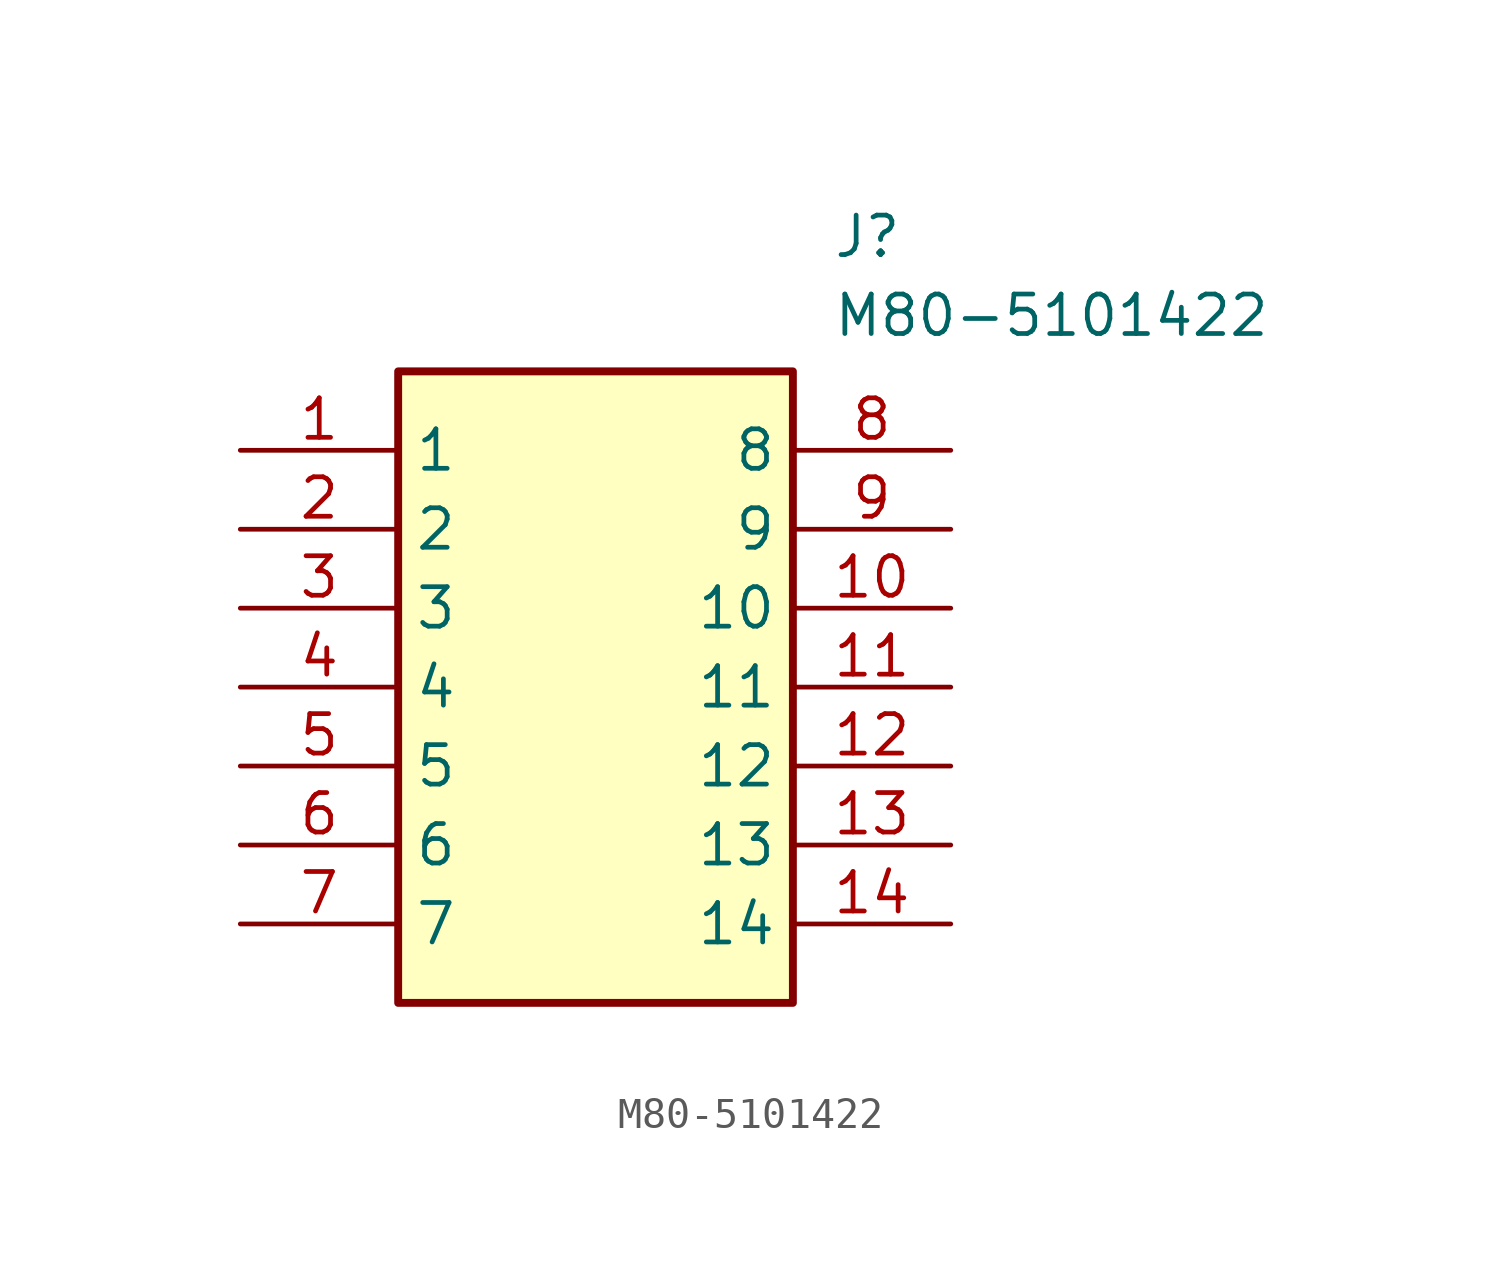
<source format=kicad_sym>
(kicad_symbol_lib
  (version 20211014)
  (generator SamacSys_ECAD_Model)
  (symbol "M80-5101422"
    (property "Reference" "J"
      (at 19.05 7.62 0)
      (effects (font (size 1.27 1.27)) (justify left top)))
    (property "Value" "M80-5101422"
      (at 19.05 5.08 0)
      (effects (font (size 1.27 1.27)) (justify left top)))
    (rectangle
      (start 5.08 2.54)
      (end 17.78 -17.78)
      (stroke (width 0.254) (type default))
      (fill (type background)))
    (pin passive line
      (at 0 0 0)
      (length 5.08)
      (name "1" (effects (font (size 1.27 1.27))))
      (number "1" (effects (font (size 1.27 1.27)))))
    (pin passive line
      (at 0 -2.54 0)
      (length 5.08)
      (name "2" (effects (font (size 1.27 1.27))))
      (number "2" (effects (font (size 1.27 1.27)))))
    (pin passive line
      (at 0 -5.08 0)
      (length 5.08)
      (name "3" (effects (font (size 1.27 1.27))))
      (number "3" (effects (font (size 1.27 1.27)))))
    (pin passive line
      (at 0 -7.62 0)
      (length 5.08)
      (name "4" (effects (font (size 1.27 1.27))))
      (number "4" (effects (font (size 1.27 1.27)))))
    (pin passive line
      (at 0 -10.16 0)
      (length 5.08)
      (name "5" (effects (font (size 1.27 1.27))))
      (number "5" (effects (font (size 1.27 1.27)))))
    (pin passive line
      (at 0 -12.7 0)
      (length 5.08)
      (name "6" (effects (font (size 1.27 1.27))))
      (number "6" (effects (font (size 1.27 1.27)))))
    (pin passive line
      (at 0 -15.24 0)
      (length 5.08)
      (name "7" (effects (font (size 1.27 1.27))))
      (number "7" (effects (font (size 1.27 1.27)))))
    (pin passive line
      (at 22.86 0 180)
      (length 5.08)
      (name "8" (effects (font (size 1.27 1.27))))
      (number "8" (effects (font (size 1.27 1.27)))))
    (pin passive line
      (at 22.86 -2.54 180)
      (length 5.08)
      (name "9" (effects (font (size 1.27 1.27))))
      (number "9" (effects (font (size 1.27 1.27)))))
    (pin passive line
      (at 22.86 -5.08 180)
      (length 5.08)
      (name "10" (effects (font (size 1.27 1.27))))
      (number "10" (effects (font (size 1.27 1.27)))))
    (pin passive line
      (at 22.86 -7.62 180)
      (length 5.08)
      (name "11" (effects (font (size 1.27 1.27))))
      (number "11" (effects (font (size 1.27 1.27)))))
    (pin passive line
      (at 22.86 -10.16 180)
      (length 5.08)
      (name "12" (effects (font (size 1.27 1.27))))
      (number "12" (effects (font (size 1.27 1.27)))))
    (pin passive line
      (at 22.86 -12.7 180)
      (length 5.08)
      (name "13" (effects (font (size 1.27 1.27))))
      (number "13" (effects (font (size 1.27 1.27)))))
    (pin passive line
      (at 22.86 -15.24 180)
      (length 5.08)
      (name "14" (effects (font (size 1.27 1.27))))
      (number "14" (effects (font (size 1.27 1.27)))))))
</source>
